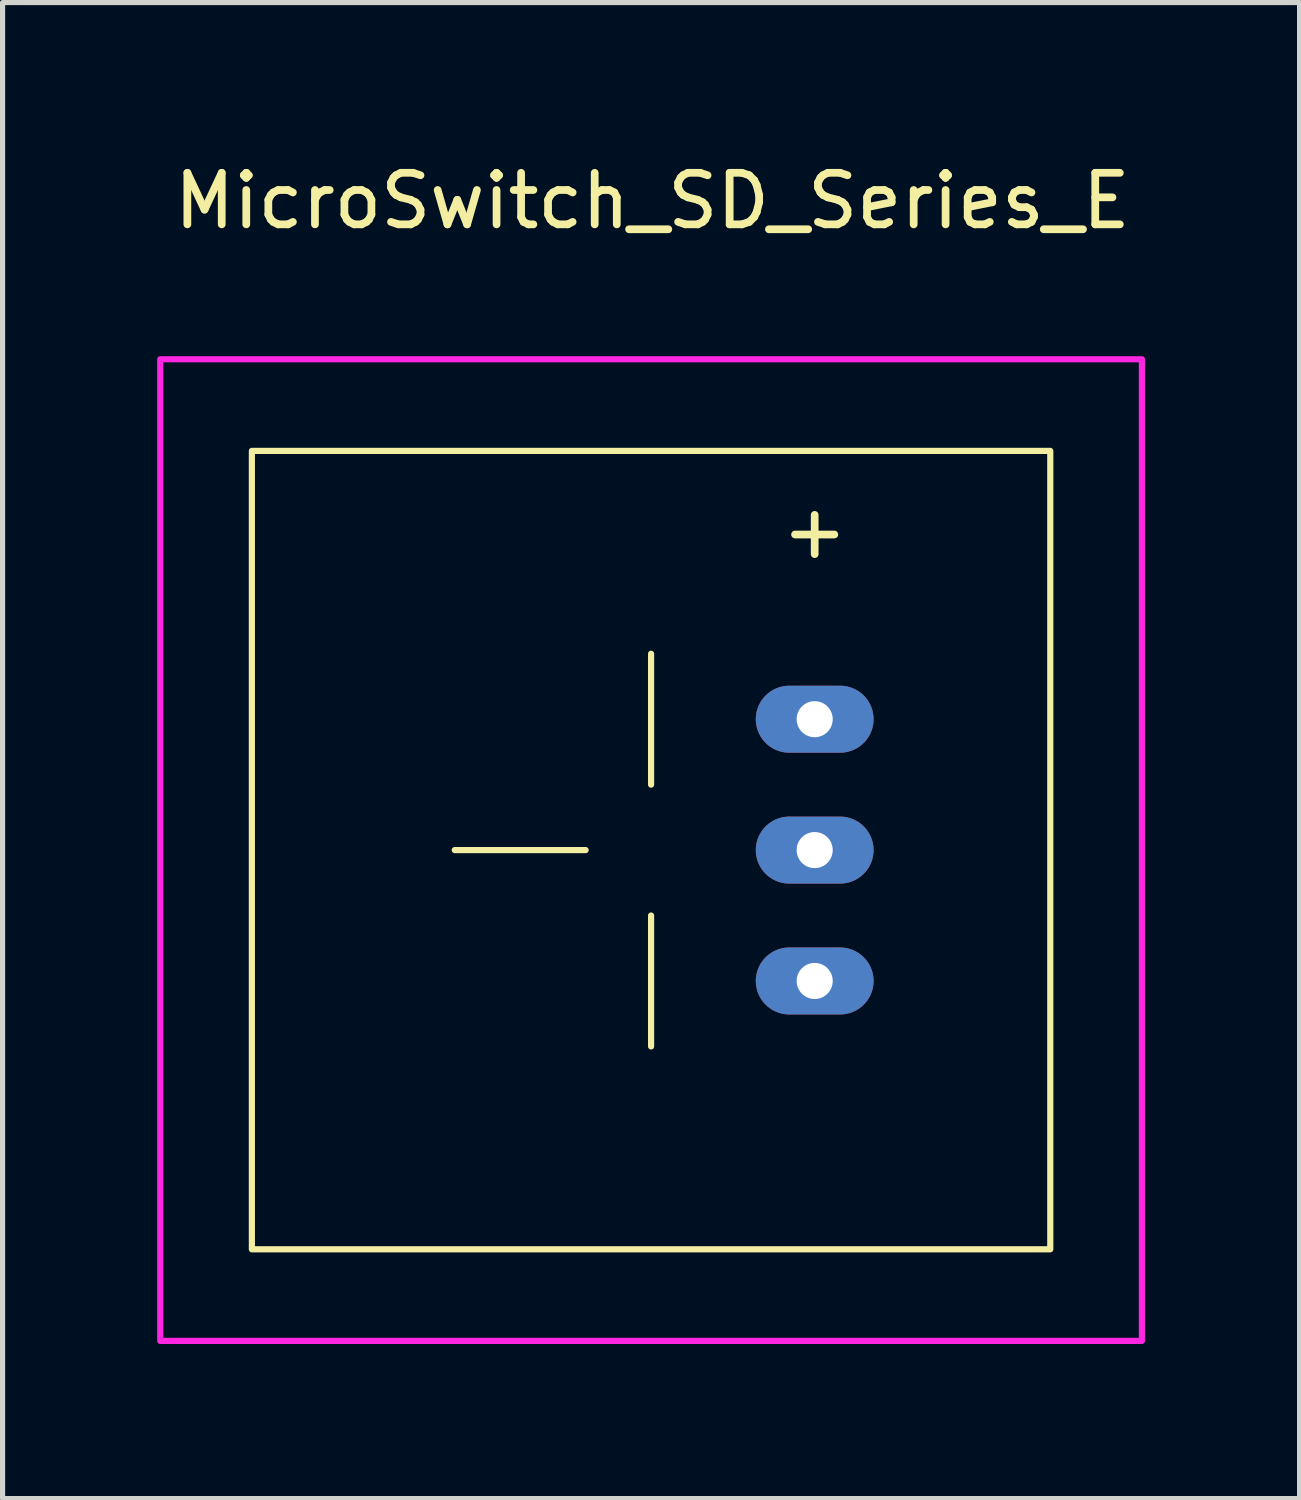
<source format=kicad_pcb>
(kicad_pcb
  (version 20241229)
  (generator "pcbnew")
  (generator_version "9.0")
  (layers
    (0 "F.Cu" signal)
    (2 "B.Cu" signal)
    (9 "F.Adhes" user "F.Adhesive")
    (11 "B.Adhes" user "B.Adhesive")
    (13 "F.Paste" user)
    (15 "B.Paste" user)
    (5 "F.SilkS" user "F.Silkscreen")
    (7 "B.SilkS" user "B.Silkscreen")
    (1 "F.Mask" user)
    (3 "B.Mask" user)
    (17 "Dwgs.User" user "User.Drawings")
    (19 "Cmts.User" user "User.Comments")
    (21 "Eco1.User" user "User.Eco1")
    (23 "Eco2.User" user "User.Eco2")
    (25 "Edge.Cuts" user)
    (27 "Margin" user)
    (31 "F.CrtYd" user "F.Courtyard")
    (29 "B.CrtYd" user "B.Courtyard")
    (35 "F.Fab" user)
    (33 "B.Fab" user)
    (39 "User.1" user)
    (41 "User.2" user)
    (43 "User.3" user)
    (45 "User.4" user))
  (footprint "MicroSwitch_SD_Series_E"
    (layer "F.Cu")
    (at 9.585 13.447)
    (property "Reference" "MicroSwitch_SD_Series_E" (at 0.025 -12.598 0) (unlocked yes) (layer "F.SilkS") (effects (font (size 1 1) (thickness 0.15))))
    (attr through_hole)
    (fp_rect (start 0.889 2.985) (end 5.461 -2.985) (stroke (width 0.12) (type solid)) (fill yes) (layer "F.Mask"))
    (fp_circle (center 3.175 -2.985) (end 5.461 -2.985) (stroke (width 0.12) (type solid)) (fill yes) (layer "F.Mask"))
    (fp_circle (center 3.175 2.985) (end 5.461 2.985) (stroke (width 0.12) (type solid)) (fill yes) (layer "F.Mask"))
    (fp_line (start -1.27 0) (end -3.81 0) (stroke (width 0.12) (type solid)) (layer "F.SilkS"))
    (fp_line (start 0 -1.27) (end 0 -3.81) (stroke (width 0.12) (type solid)) (layer "F.SilkS"))
    (fp_line (start 0 3.81) (end 0 1.27) (stroke (width 0.12) (type solid)) (layer "F.SilkS"))
    (fp_rect (start -7.747 -7.747) (end 7.747 7.747) (stroke (width 0.12) (type solid)) (fill no) (layer "F.SilkS"))
    (fp_rect (start -9.525 -9.525) (end 9.525 9.525) (stroke (width 0.12) (type solid)) (fill no) (layer "F.CrtYd"))
    (fp_text user "+" (at 3.175 -6.198 0) (unlocked yes) (layer "F.SilkS") (effects (font (size 1 1) (thickness 0.15))))
    (pad "1" thru_hole oval (at 3.175 -2.54 180) (size 2.286 1.3) (drill 0.7) (layers "*.Cu" "*.Mask"))
    (pad "2" thru_hole oval (at 3.175 0 180) (size 2.286 1.3) (drill 0.7) (layers "*.Cu" "*.Mask"))
    (pad "3" thru_hole oval (at 3.175 2.54 180) (size 2.286 1.3) (drill 0.7) (layers "*.Cu" "*.Mask")))
  (gr_rect
    (start -3 -3)
    (end 22.17 26.032)
    (stroke (width 0.1) (type default))
    (fill no)
    (layer "Edge.Cuts")))
</source>
